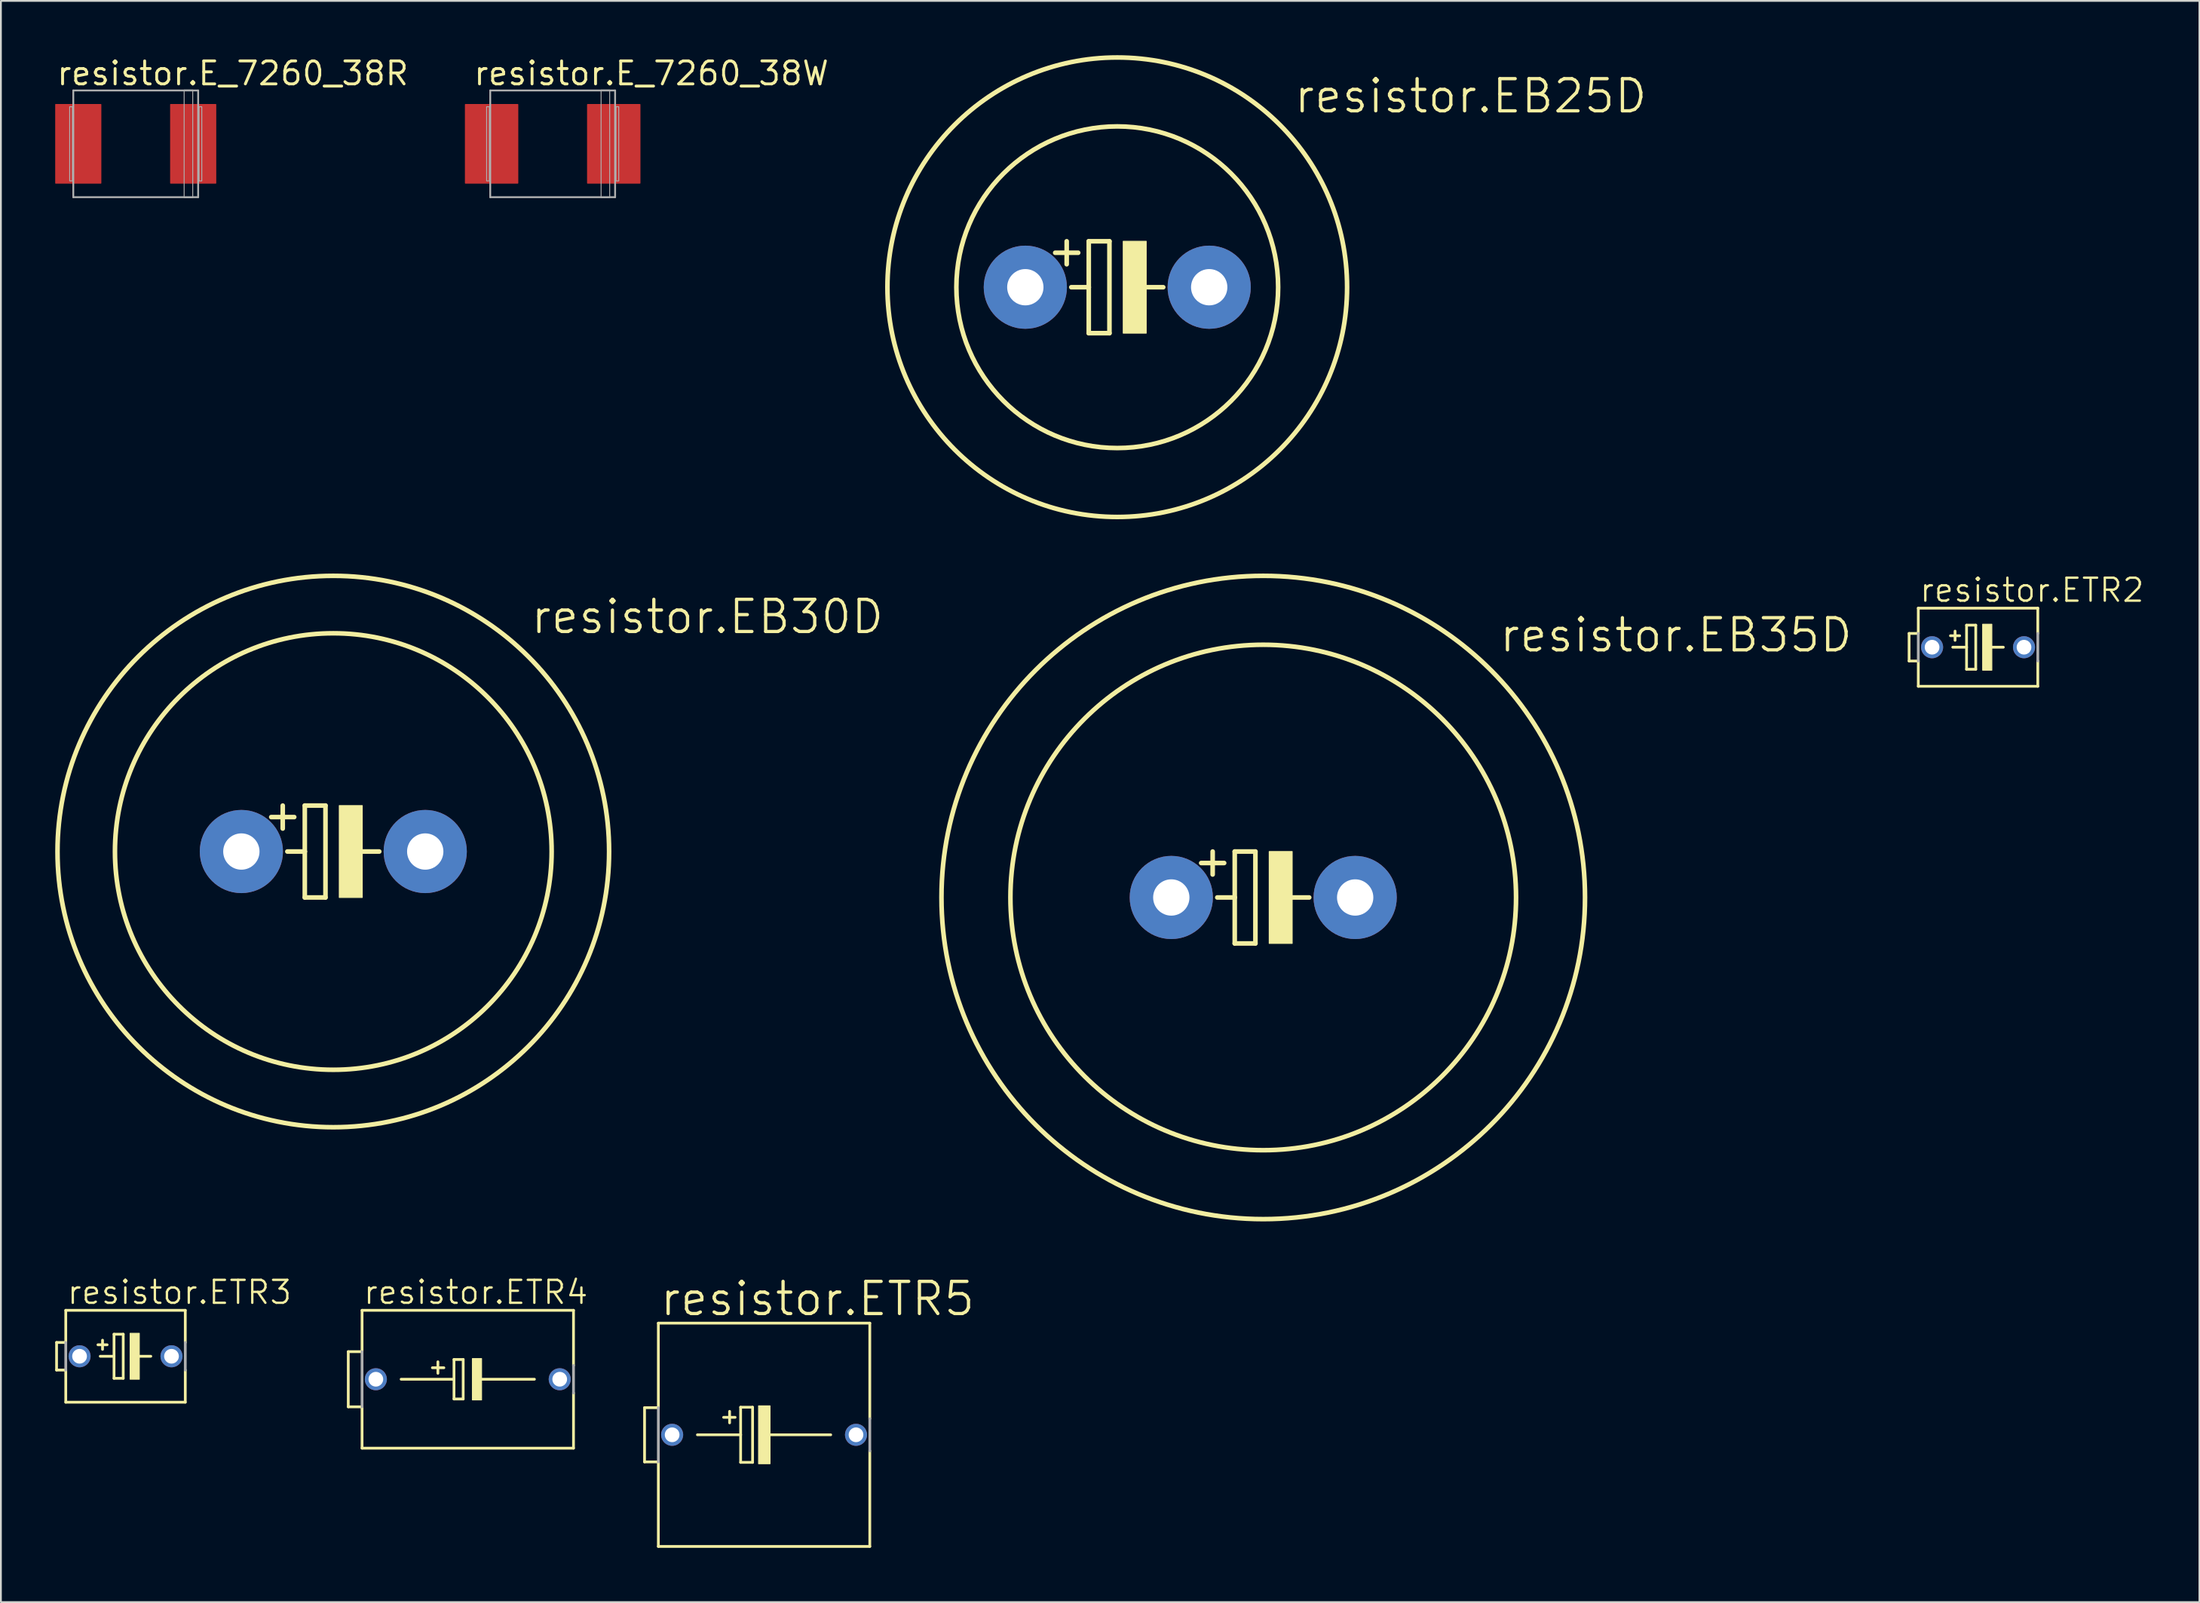
<source format=kicad_pcb>
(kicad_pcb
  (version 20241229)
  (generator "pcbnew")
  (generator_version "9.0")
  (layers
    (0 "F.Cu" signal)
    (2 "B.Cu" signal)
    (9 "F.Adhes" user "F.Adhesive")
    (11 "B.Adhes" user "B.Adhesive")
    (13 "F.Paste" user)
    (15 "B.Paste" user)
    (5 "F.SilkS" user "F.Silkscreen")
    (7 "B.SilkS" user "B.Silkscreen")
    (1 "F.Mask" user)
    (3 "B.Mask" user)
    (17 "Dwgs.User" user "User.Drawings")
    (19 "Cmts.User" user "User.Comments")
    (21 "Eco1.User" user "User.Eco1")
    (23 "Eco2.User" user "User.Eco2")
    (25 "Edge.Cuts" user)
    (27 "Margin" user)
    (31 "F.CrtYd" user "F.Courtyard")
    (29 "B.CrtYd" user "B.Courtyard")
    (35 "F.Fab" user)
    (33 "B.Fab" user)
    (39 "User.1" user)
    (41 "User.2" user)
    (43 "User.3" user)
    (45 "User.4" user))
  (footprint "resistor.E_7260_38R"
    (layer "F.Cu")
    (at 4.45 4.9)
    (property "Reference" "resistor.E_7260_38R" (at -4.45 -3.15 0) (layer "F.SilkS") (effects (font (size 1.27 1.27) (thickness 0.16)) (justify left bottom)))
    (attr smd)
    (fp_line (start -3.45 -2.95) (end 3.45 -2.95) (stroke (width 0.102) (type default)) (layer "F.Fab"))
    (fp_line (start -3.45 2.95) (end -3.45 -2.95) (stroke (width 0.102) (type default)) (layer "F.Fab"))
    (fp_line (start 3.45 -2.95) (end 3.45 2.95) (stroke (width 0.102) (type default)) (layer "F.Fab"))
    (fp_line (start 3.45 2.95) (end -3.45 2.95) (stroke (width 0.102) (type default)) (layer "F.Fab"))
    (fp_rect (start -3.65 2.05) (end -3.5 -2.05) (stroke (width 0.05) (type default)) (fill no) (layer "F.Fab"))
    (fp_rect (start 2.675 2.975) (end 3.15 -2.975) (stroke (width 0.05) (type default)) (fill no) (layer "F.Fab"))
    (fp_rect (start 3.5 2.05) (end 3.65 -2.05) (stroke (width 0.05) (type default)) (fill no) (layer "F.Fab"))
    (pad "+" smd roundrect (at 3.175 0) (size 2.55 4.4) (layers "F.Cu" "F.Mask" "F.Paste") (roundrect_rratio 0.01))
    (pad "-" smd roundrect (at -3.175 0) (size 2.55 4.4) (layers "F.Cu" "F.Mask" "F.Paste") (roundrect_rratio 0.01)))
  (footprint "resistor.ETR3"
    (layer "F.Cu")
    (at 3.886 71.922)
    (property "Reference" "resistor.ETR3" (at -3.302 -2.794 0) (layer "F.SilkS") (effects (font (size 1.27 1.27) (thickness 0.13)) (justify left bottom)))
    (attr through_hole)
    (fp_line (start -3.81 -0.762) (end -3.81 0.762) (stroke (width 0.152) (type default)) (layer "F.SilkS"))
    (fp_line (start -3.81 0.762) (end -3.302 0.762) (stroke (width 0.152) (type default)) (layer "F.SilkS"))
    (fp_line (start -3.302 -0.762) (end -3.81 -0.762) (stroke (width 0.152) (type default)) (layer "F.SilkS"))
    (fp_line (start -3.302 -0.762) (end -3.302 -2.54) (stroke (width 0.152) (type default)) (layer "F.SilkS"))
    (fp_line (start -3.302 2.54) (end -3.302 0.762) (stroke (width 0.152) (type default)) (layer "F.SilkS"))
    (fp_line (start -3.302 2.54) (end 3.302 2.54) (stroke (width 0.152) (type default)) (layer "F.SilkS"))
    (fp_line (start -1.524 -0.635) (end -1.016 -0.635) (stroke (width 0.152) (type default)) (layer "F.SilkS"))
    (fp_line (start -1.397 0) (end -0.635 0) (stroke (width 0.152) (type default)) (layer "F.SilkS"))
    (fp_line (start -1.27 -0.889) (end -1.27 -0.381) (stroke (width 0.152) (type default)) (layer "F.SilkS"))
    (fp_line (start -0.635 -1.219) (end -0.635 0) (stroke (width 0.152) (type default)) (layer "F.SilkS"))
    (fp_line (start -0.635 0) (end -0.635 1.219) (stroke (width 0.152) (type default)) (layer "F.SilkS"))
    (fp_line (start -0.635 1.219) (end -0.127 1.219) (stroke (width 0.152) (type default)) (layer "F.SilkS"))
    (fp_line (start -0.127 -1.219) (end -0.635 -1.219) (stroke (width 0.152) (type default)) (layer "F.SilkS"))
    (fp_line (start -0.127 1.219) (end -0.127 -1.219) (stroke (width 0.152) (type default)) (layer "F.SilkS"))
    (fp_line (start 0.635 0) (end 1.397 0) (stroke (width 0.152) (type default)) (layer "F.SilkS"))
    (fp_line (start 3.302 -2.54) (end -3.302 -2.54) (stroke (width 0.152) (type default)) (layer "F.SilkS"))
    (fp_line (start 3.302 -0.762) (end 3.302 -2.54) (stroke (width 0.152) (type default)) (layer "F.SilkS"))
    (fp_line (start 3.302 2.54) (end 3.302 0.762) (stroke (width 0.152) (type default)) (layer "F.SilkS"))
    (fp_rect (start 0.254 1.27) (end 0.762 -1.27) (stroke (width 0.05) (type default)) (fill yes) (layer "F.SilkS"))
    (fp_line (start -3.302 0.762) (end -3.302 -0.762) (stroke (width 0.152) (type default)) (layer "F.Fab"))
    (fp_line (start 3.302 -0.762) (end 3.302 0.762) (stroke (width 0.152) (type default)) (layer "F.Fab"))
    (pad "+" thru_hole circle (at -2.54 0) (size 1.219 1.219) (drill 0.813) (layers "*.Cu" "*.Mask"))
    (pad "-" thru_hole circle (at 2.54 0) (size 1.219 1.219) (drill 0.813) (layers "*.Cu" "*.Mask")))
  (footprint "resistor.EB25D"
    (layer "F.Cu")
    (at 58.686 12.827)
    (property "Reference" "resistor.EB25D" (at 9.677 -9.525 0) (layer "F.SilkS") (effects (font (size 1.778 1.778) (thickness 0.18)) (justify left bottom)))
    (attr through_hole)
    (fp_line (start -2.794 -2.54) (end -2.794 -1.27) (stroke (width 0.254) (type default)) (layer "F.SilkS"))
    (fp_line (start -2.54 0) (end -1.575 0) (stroke (width 0.254) (type default)) (layer "F.SilkS"))
    (fp_line (start -2.159 -1.905) (end -3.429 -1.905) (stroke (width 0.254) (type default)) (layer "F.SilkS"))
    (fp_line (start -1.575 -2.54) (end -0.432 -2.54) (stroke (width 0.254) (type default)) (layer "F.SilkS"))
    (fp_line (start -1.575 0) (end -1.575 -2.54) (stroke (width 0.254) (type default)) (layer "F.SilkS"))
    (fp_line (start -1.575 2.54) (end -1.575 0) (stroke (width 0.254) (type default)) (layer "F.SilkS"))
    (fp_line (start -0.432 -2.54) (end -0.432 2.54) (stroke (width 0.254) (type default)) (layer "F.SilkS"))
    (fp_line (start -0.432 2.54) (end -1.575 2.54) (stroke (width 0.254) (type default)) (layer "F.SilkS"))
    (fp_line (start 0.635 0) (end 2.54 0) (stroke (width 0.254) (type default)) (layer "F.SilkS"))
    (fp_rect (start 0.33 2.54) (end 1.6 -2.54) (stroke (width 0.05) (type default)) (fill yes) (layer "F.SilkS"))
    (fp_circle (center 0 0) (end 8.89 0) (stroke (width 0.254) (type default)) (fill no) (layer "F.SilkS"))
    (fp_circle (center 0 0) (end 12.7 0) (stroke (width 0.254) (type default)) (fill no) (layer "F.SilkS"))
    (pad "+" thru_hole circle (at -5.08 0) (size 4.597 4.597) (drill 2.007) (layers "*.Cu" "*.Mask"))
    (pad "-" thru_hole circle (at 5.08 0) (size 4.597 4.597) (drill 2.007) (layers "*.Cu" "*.Mask")))
  (footprint "resistor.ETR2"
    (layer "F.Cu")
    (at 106.25 32.727)
    (property "Reference" "resistor.ETR2" (at -3.302 -2.413 0) (layer "F.SilkS") (effects (font (size 1.27 1.27) (thickness 0.13)) (justify left bottom)))
    (attr through_hole)
    (fp_line (start -3.81 -0.762) (end -3.81 0.762) (stroke (width 0.152) (type default)) (layer "F.SilkS"))
    (fp_line (start -3.81 0.762) (end -3.302 0.762) (stroke (width 0.152) (type default)) (layer "F.SilkS"))
    (fp_line (start -3.302 -0.762) (end -3.81 -0.762) (stroke (width 0.152) (type default)) (layer "F.SilkS"))
    (fp_line (start -3.302 -0.762) (end -3.302 -2.159) (stroke (width 0.152) (type default)) (layer "F.SilkS"))
    (fp_line (start -3.302 2.159) (end -3.302 0.762) (stroke (width 0.152) (type default)) (layer "F.SilkS"))
    (fp_line (start -3.302 2.159) (end 3.302 2.159) (stroke (width 0.152) (type default)) (layer "F.SilkS"))
    (fp_line (start -1.524 -0.635) (end -1.016 -0.635) (stroke (width 0.152) (type default)) (layer "F.SilkS"))
    (fp_line (start -1.397 0) (end -0.635 0) (stroke (width 0.152) (type default)) (layer "F.SilkS"))
    (fp_line (start -1.27 -0.889) (end -1.27 -0.381) (stroke (width 0.152) (type default)) (layer "F.SilkS"))
    (fp_line (start -0.635 -1.219) (end -0.635 0) (stroke (width 0.152) (type default)) (layer "F.SilkS"))
    (fp_line (start -0.635 0) (end -0.635 1.219) (stroke (width 0.152) (type default)) (layer "F.SilkS"))
    (fp_line (start -0.635 1.219) (end -0.127 1.219) (stroke (width 0.152) (type default)) (layer "F.SilkS"))
    (fp_line (start -0.127 -1.219) (end -0.635 -1.219) (stroke (width 0.152) (type default)) (layer "F.SilkS"))
    (fp_line (start -0.127 1.219) (end -0.127 -1.219) (stroke (width 0.152) (type default)) (layer "F.SilkS"))
    (fp_line (start 0.635 0) (end 1.397 0) (stroke (width 0.152) (type default)) (layer "F.SilkS"))
    (fp_line (start 3.302 -2.159) (end -3.302 -2.159) (stroke (width 0.152) (type default)) (layer "F.SilkS"))
    (fp_line (start 3.302 -0.762) (end 3.302 -2.159) (stroke (width 0.152) (type default)) (layer "F.SilkS"))
    (fp_line (start 3.302 2.159) (end 3.302 0.762) (stroke (width 0.152) (type default)) (layer "F.SilkS"))
    (fp_rect (start 0.254 1.27) (end 0.762 -1.27) (stroke (width 0.05) (type default)) (fill yes) (layer "F.SilkS"))
    (fp_line (start -3.302 0.762) (end -3.302 -0.762) (stroke (width 0.152) (type default)) (layer "F.Fab"))
    (fp_line (start 3.302 -0.762) (end 3.302 0.762) (stroke (width 0.152) (type default)) (layer "F.Fab"))
    (pad "+" thru_hole circle (at -2.54 0) (size 1.219 1.219) (drill 0.813) (layers "*.Cu" "*.Mask"))
    (pad "-" thru_hole circle (at 2.54 0) (size 1.219 1.219) (drill 0.813) (layers "*.Cu" "*.Mask")))
  (footprint "resistor.ETR5"
    (layer "F.Cu")
    (at 39.17 76.263)
    (property "Reference" "resistor.ETR5" (at -5.842 -6.477 0) (layer "F.SilkS") (effects (font (size 1.778 1.778) (thickness 0.18)) (justify left bottom)))
    (attr through_hole)
    (fp_line (start -6.604 -1.499) (end -6.604 1.499) (stroke (width 0.152) (type default)) (layer "F.SilkS"))
    (fp_line (start -6.604 1.499) (end -5.842 1.499) (stroke (width 0.152) (type default)) (layer "F.SilkS"))
    (fp_line (start -5.842 -1.499) (end -6.604 -1.499) (stroke (width 0.152) (type default)) (layer "F.SilkS"))
    (fp_line (start -5.842 -1.499) (end -5.842 -6.172) (stroke (width 0.152) (type default)) (layer "F.SilkS"))
    (fp_line (start -5.842 6.172) (end -5.842 1.499) (stroke (width 0.152) (type default)) (layer "F.SilkS"))
    (fp_line (start -5.842 6.172) (end 5.842 6.172) (stroke (width 0.152) (type default)) (layer "F.SilkS"))
    (fp_line (start -3.683 0) (end -1.295 0) (stroke (width 0.152) (type default)) (layer "F.SilkS"))
    (fp_line (start -1.905 -1.295) (end -1.905 -0.66) (stroke (width 0.152) (type default)) (layer "F.SilkS"))
    (fp_line (start -1.6 -0.965) (end -2.235 -0.965) (stroke (width 0.152) (type default)) (layer "F.SilkS"))
    (fp_line (start -1.295 -1.524) (end -0.635 -1.524) (stroke (width 0.152) (type default)) (layer "F.SilkS"))
    (fp_line (start -1.295 0) (end -1.295 -1.524) (stroke (width 0.152) (type default)) (layer "F.SilkS"))
    (fp_line (start -1.295 1.524) (end -1.295 0) (stroke (width 0.152) (type default)) (layer "F.SilkS"))
    (fp_line (start -0.635 -1.524) (end -0.635 1.524) (stroke (width 0.152) (type default)) (layer "F.SilkS"))
    (fp_line (start -0.635 1.524) (end -1.295 1.524) (stroke (width 0.152) (type default)) (layer "F.SilkS"))
    (fp_line (start 0 0) (end 3.683 0) (stroke (width 0.152) (type default)) (layer "F.SilkS"))
    (fp_line (start 5.842 -6.172) (end -5.842 -6.172) (stroke (width 0.152) (type default)) (layer "F.SilkS"))
    (fp_line (start 5.842 -0.889) (end 5.842 -6.172) (stroke (width 0.152) (type default)) (layer "F.SilkS"))
    (fp_line (start 5.842 6.172) (end 5.842 0.889) (stroke (width 0.152) (type default)) (layer "F.SilkS"))
    (fp_rect (start -0.305 1.6) (end 0.33 -1.6) (stroke (width 0.05) (type default)) (fill yes) (layer "F.SilkS"))
    (fp_line (start -5.842 1.499) (end -5.842 -1.499) (stroke (width 0.152) (type default)) (layer "F.Fab"))
    (fp_line (start 5.842 -0.889) (end 5.842 0.889) (stroke (width 0.152) (type default)) (layer "F.Fab"))
    (pad "+" thru_hole circle (at -5.08 0) (size 1.219 1.219) (drill 0.813) (layers "*.Cu" "*.Mask"))
    (pad "-" thru_hole circle (at 5.08 0) (size 1.219 1.219) (drill 0.813) (layers "*.Cu" "*.Mask")))
  (footprint "resistor.EB30D"
    (layer "F.Cu")
    (at 15.367 44.021)
    (property "Reference" "resistor.EB30D" (at 10.82 -11.938 0) (layer "F.SilkS") (effects (font (size 1.778 1.778) (thickness 0.18)) (justify left bottom)))
    (attr through_hole)
    (fp_line (start -2.794 -2.54) (end -2.794 -1.27) (stroke (width 0.254) (type default)) (layer "F.SilkS"))
    (fp_line (start -2.54 0) (end -1.575 0) (stroke (width 0.254) (type default)) (layer "F.SilkS"))
    (fp_line (start -2.159 -1.905) (end -3.429 -1.905) (stroke (width 0.254) (type default)) (layer "F.SilkS"))
    (fp_line (start -1.575 -2.54) (end -0.432 -2.54) (stroke (width 0.254) (type default)) (layer "F.SilkS"))
    (fp_line (start -1.575 0) (end -1.575 -2.54) (stroke (width 0.254) (type default)) (layer "F.SilkS"))
    (fp_line (start -1.575 2.54) (end -1.575 0) (stroke (width 0.254) (type default)) (layer "F.SilkS"))
    (fp_line (start -0.432 -2.54) (end -0.432 2.54) (stroke (width 0.254) (type default)) (layer "F.SilkS"))
    (fp_line (start -0.432 2.54) (end -1.575 2.54) (stroke (width 0.254) (type default)) (layer "F.SilkS"))
    (fp_line (start 0.635 0) (end 2.54 0) (stroke (width 0.254) (type default)) (layer "F.SilkS"))
    (fp_rect (start 0.33 2.54) (end 1.6 -2.54) (stroke (width 0.05) (type default)) (fill yes) (layer "F.SilkS"))
    (fp_circle (center 0 0) (end 12.065 0) (stroke (width 0.254) (type default)) (fill no) (layer "F.SilkS"))
    (fp_circle (center 0 0) (end 15.24 0) (stroke (width 0.254) (type default)) (fill no) (layer "F.SilkS"))
    (pad "+" thru_hole circle (at -5.08 0) (size 4.597 4.597) (drill 2.007) (layers "*.Cu" "*.Mask"))
    (pad "-" thru_hole circle (at 5.08 0) (size 4.597 4.597) (drill 2.007) (layers "*.Cu" "*.Mask")))
  (footprint "resistor.ETR4"
    (layer "F.Cu")
    (at 22.798 73.192)
    (property "Reference" "resistor.ETR4" (at -5.842 -4.064 0) (layer "F.SilkS") (effects (font (size 1.27 1.27) (thickness 0.13)) (justify left bottom)))
    (attr through_hole)
    (fp_line (start -6.604 -1.524) (end -6.604 1.524) (stroke (width 0.152) (type default)) (layer "F.SilkS"))
    (fp_line (start -6.604 1.524) (end -5.842 1.524) (stroke (width 0.152) (type default)) (layer "F.SilkS"))
    (fp_line (start -5.842 -1.524) (end -6.604 -1.524) (stroke (width 0.152) (type default)) (layer "F.SilkS"))
    (fp_line (start -5.842 -1.524) (end -5.842 -3.81) (stroke (width 0.152) (type default)) (layer "F.SilkS"))
    (fp_line (start -5.842 3.81) (end -5.842 1.524) (stroke (width 0.152) (type default)) (layer "F.SilkS"))
    (fp_line (start -5.842 3.81) (end 5.842 3.81) (stroke (width 0.152) (type default)) (layer "F.SilkS"))
    (fp_line (start -3.683 0) (end -0.762 0) (stroke (width 0.152) (type default)) (layer "F.SilkS"))
    (fp_line (start -1.651 -0.965) (end -1.651 -0.33) (stroke (width 0.152) (type default)) (layer "F.SilkS"))
    (fp_line (start -1.321 -0.635) (end -1.956 -0.635) (stroke (width 0.152) (type default)) (layer "F.SilkS"))
    (fp_line (start -0.762 -1.092) (end -0.762 0) (stroke (width 0.152) (type default)) (layer "F.SilkS"))
    (fp_line (start -0.762 0) (end -0.762 1.092) (stroke (width 0.152) (type default)) (layer "F.SilkS"))
    (fp_line (start -0.762 1.092) (end -0.254 1.092) (stroke (width 0.152) (type default)) (layer "F.SilkS"))
    (fp_line (start -0.254 -1.092) (end -0.762 -1.092) (stroke (width 0.152) (type default)) (layer "F.SilkS"))
    (fp_line (start -0.254 1.092) (end -0.254 -1.092) (stroke (width 0.152) (type default)) (layer "F.SilkS"))
    (fp_line (start 3.683 0) (end 0.508 0) (stroke (width 0.152) (type default)) (layer "F.SilkS"))
    (fp_line (start 5.842 -3.81) (end -5.842 -3.81) (stroke (width 0.152) (type default)) (layer "F.SilkS"))
    (fp_line (start 5.842 -0.762) (end 5.842 -3.81) (stroke (width 0.152) (type default)) (layer "F.SilkS"))
    (fp_line (start 5.842 3.81) (end 5.842 0.762) (stroke (width 0.152) (type default)) (layer "F.SilkS"))
    (fp_rect (start 0.254 1.143) (end 0.762 -1.143) (stroke (width 0.05) (type default)) (fill yes) (layer "F.SilkS"))
    (fp_line (start -5.842 1.524) (end -5.842 -1.524) (stroke (width 0.152) (type default)) (layer "F.Fab"))
    (fp_line (start 5.842 -0.762) (end 5.842 0.762) (stroke (width 0.152) (type default)) (layer "F.Fab"))
    (pad "+" thru_hole circle (at -5.08 0) (size 1.219 1.219) (drill 0.813) (layers "*.Cu" "*.Mask"))
    (pad "-" thru_hole circle (at 5.08 0) (size 1.219 1.219) (drill 0.813) (layers "*.Cu" "*.Mask")))
  (footprint "resistor.EB35D"
    (layer "F.Cu")
    (at 66.752 46.561)
    (property "Reference" "resistor.EB35D" (at 12.954 -13.462 0) (layer "F.SilkS") (effects (font (size 1.778 1.778) (thickness 0.18)) (justify left bottom)))
    (attr through_hole)
    (fp_line (start -2.794 -2.54) (end -2.794 -1.27) (stroke (width 0.254) (type default)) (layer "F.SilkS"))
    (fp_line (start -2.54 0) (end -1.575 0) (stroke (width 0.254) (type default)) (layer "F.SilkS"))
    (fp_line (start -2.159 -1.905) (end -3.429 -1.905) (stroke (width 0.254) (type default)) (layer "F.SilkS"))
    (fp_line (start -1.575 -2.54) (end -0.432 -2.54) (stroke (width 0.254) (type default)) (layer "F.SilkS"))
    (fp_line (start -1.575 0) (end -1.575 -2.54) (stroke (width 0.254) (type default)) (layer "F.SilkS"))
    (fp_line (start -1.575 2.54) (end -1.575 0) (stroke (width 0.254) (type default)) (layer "F.SilkS"))
    (fp_line (start -0.432 -2.54) (end -0.432 2.54) (stroke (width 0.254) (type default)) (layer "F.SilkS"))
    (fp_line (start -0.432 2.54) (end -1.575 2.54) (stroke (width 0.254) (type default)) (layer "F.SilkS"))
    (fp_line (start 1.397 0) (end 2.54 0) (stroke (width 0.254) (type default)) (layer "F.SilkS"))
    (fp_rect (start 0.33 2.54) (end 1.6 -2.54) (stroke (width 0.05) (type default)) (fill yes) (layer "F.SilkS"))
    (fp_circle (center 0 0) (end 13.97 0) (stroke (width 0.254) (type default)) (fill no) (layer "F.SilkS"))
    (fp_circle (center 0 0) (end 17.78 0) (stroke (width 0.254) (type default)) (fill no) (layer "F.SilkS"))
    (pad "+" thru_hole circle (at -5.08 0) (size 4.597 4.597) (drill 2.007) (layers "*.Cu" "*.Mask"))
    (pad "-" thru_hole circle (at 5.08 0) (size 4.597 4.597) (drill 2.007) (layers "*.Cu" "*.Mask")))
  (footprint "resistor.E_7260_38W"
    (layer "F.Cu")
    (at 27.489 4.9)
    (property "Reference" "resistor.E_7260_38W" (at -4.45 -3.15 0) (layer "F.SilkS") (effects (font (size 1.27 1.27) (thickness 0.16)) (justify left bottom)))
    (attr smd)
    (fp_line (start -3.45 -2.95) (end 3.45 -2.95) (stroke (width 0.102) (type default)) (layer "F.Fab"))
    (fp_line (start -3.45 2.95) (end -3.45 -2.95) (stroke (width 0.102) (type default)) (layer "F.Fab"))
    (fp_line (start 3.45 -2.95) (end 3.45 2.95) (stroke (width 0.102) (type default)) (layer "F.Fab"))
    (fp_line (start 3.45 2.95) (end -3.45 2.95) (stroke (width 0.102) (type default)) (layer "F.Fab"))
    (fp_rect (start -3.65 2.05) (end -3.5 -2.05) (stroke (width 0.05) (type default)) (fill no) (layer "F.Fab"))
    (fp_rect (start 2.675 2.975) (end 3.15 -2.975) (stroke (width 0.05) (type default)) (fill no) (layer "F.Fab"))
    (fp_rect (start 3.5 2.05) (end 3.65 -2.05) (stroke (width 0.05) (type default)) (fill no) (layer "F.Fab"))
    (pad "+" smd roundrect (at 3.375 0) (size 2.95 4.4) (layers "F.Cu" "F.Mask" "F.Paste") (roundrect_rratio 0.01))
    (pad "-" smd roundrect (at -3.375 0) (size 2.95 4.4) (layers "F.Cu" "F.Mask" "F.Paste") (roundrect_rratio 0.01)))
  (gr_rect
    (start -3 -3)
    (end 118.482 85.511)
    (stroke (width 0.1) (type default))
    (fill no)
    (layer "Edge.Cuts")))
</source>
